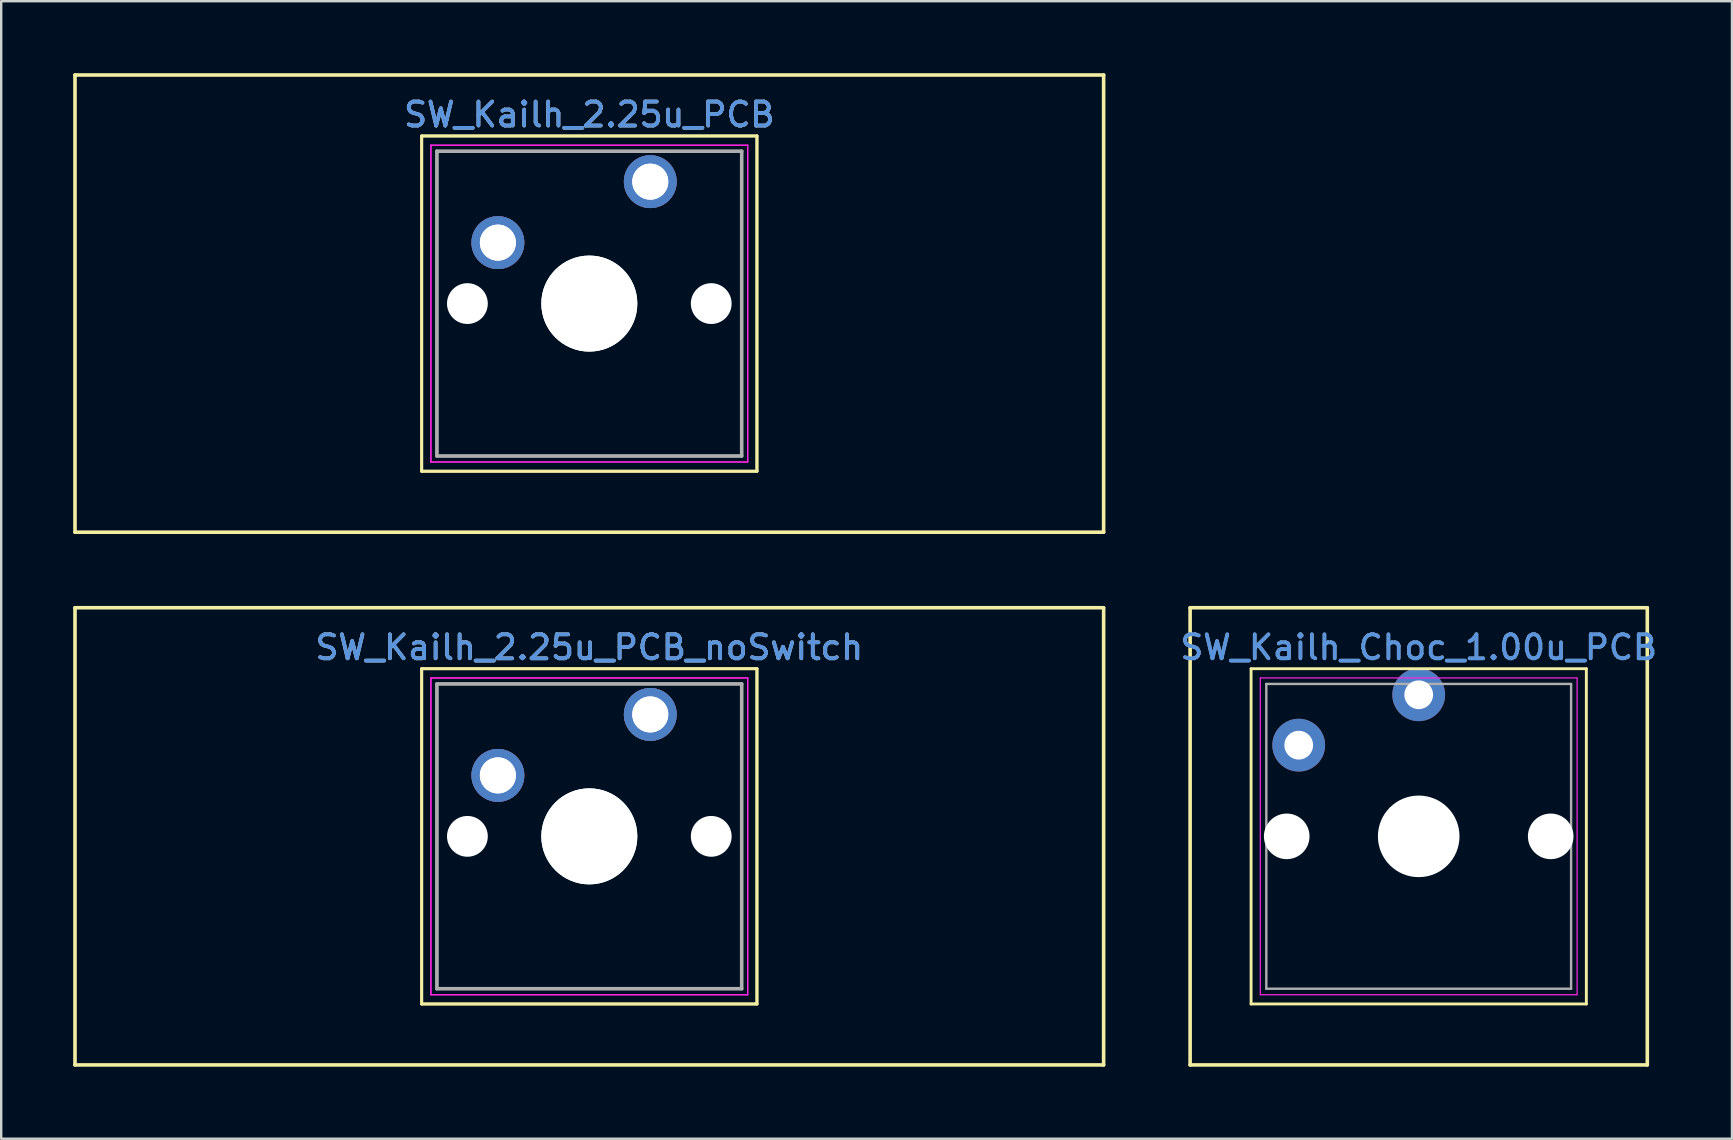
<source format=kicad_pcb>
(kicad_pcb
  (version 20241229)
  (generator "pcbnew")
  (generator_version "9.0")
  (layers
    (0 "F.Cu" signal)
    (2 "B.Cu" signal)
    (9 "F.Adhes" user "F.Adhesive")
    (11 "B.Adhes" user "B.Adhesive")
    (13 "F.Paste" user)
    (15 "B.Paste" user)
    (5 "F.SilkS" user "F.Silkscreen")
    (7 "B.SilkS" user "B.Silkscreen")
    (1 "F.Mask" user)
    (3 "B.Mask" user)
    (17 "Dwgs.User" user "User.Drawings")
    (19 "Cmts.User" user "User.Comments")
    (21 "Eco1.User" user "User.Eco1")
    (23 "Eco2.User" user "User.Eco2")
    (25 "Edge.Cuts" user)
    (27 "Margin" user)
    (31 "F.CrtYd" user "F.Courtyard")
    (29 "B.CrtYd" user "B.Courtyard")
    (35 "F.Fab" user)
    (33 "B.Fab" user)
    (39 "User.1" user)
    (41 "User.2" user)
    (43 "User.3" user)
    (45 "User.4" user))
  (footprint "SW_Kailh_2.25u_PCB_noSwitch"
    (layer "F.Cu")
    (at 21.506 31.8)
    (property "Reference" "SW_Kailh_2.25u_PCB_noSwitch" (at 0 -7.874 0) (layer "Cmts.User") (effects (font (size 1 1) (thickness 0.15))))
    (attr through_hole)
    (fp_line (start -21.431 -9.525) (end 21.431 -9.525) (stroke (width 0.15) (type solid)) (layer "F.SilkS"))
    (fp_line (start -21.431 9.525) (end -21.431 -9.525) (stroke (width 0.15) (type solid)) (layer "F.SilkS"))
    (fp_line (start -6.985 -6.985) (end 6.985 -6.985) (stroke (width 0.12) (type solid)) (layer "F.SilkS"))
    (fp_line (start -6.985 -6.985) (end 6.985 -6.985) (stroke (width 0.12) (type solid)) (layer "F.SilkS"))
    (fp_line (start -6.985 6.985) (end -6.985 -6.985) (stroke (width 0.12) (type solid)) (layer "F.SilkS"))
    (fp_line (start -6.985 6.985) (end -6.985 -6.985) (stroke (width 0.12) (type solid)) (layer "F.SilkS"))
    (fp_line (start 6.985 -6.985) (end 6.985 6.985) (stroke (width 0.12) (type solid)) (layer "F.SilkS"))
    (fp_line (start 6.985 -6.985) (end 6.985 6.985) (stroke (width 0.12) (type solid)) (layer "F.SilkS"))
    (fp_line (start 6.985 6.985) (end -6.985 6.985) (stroke (width 0.12) (type solid)) (layer "F.SilkS"))
    (fp_line (start 6.985 6.985) (end -6.985 6.985) (stroke (width 0.12) (type solid)) (layer "F.SilkS"))
    (fp_line (start 21.431 -9.525) (end 21.431 9.525) (stroke (width 0.15) (type solid)) (layer "F.SilkS"))
    (fp_line (start 21.431 9.525) (end -21.431 9.525) (stroke (width 0.15) (type solid)) (layer "F.SilkS"))
    (fp_line (start -6.6 -6.6) (end 6.6 -6.6) (stroke (width 0.05) (type solid)) (layer "F.CrtYd"))
    (fp_line (start -6.6 -6.6) (end 6.6 -6.6) (stroke (width 0.05) (type solid)) (layer "F.CrtYd"))
    (fp_line (start -6.6 6.6) (end -6.6 -6.6) (stroke (width 0.05) (type solid)) (layer "F.CrtYd"))
    (fp_line (start -6.6 6.6) (end -6.6 -6.6) (stroke (width 0.05) (type solid)) (layer "F.CrtYd"))
    (fp_line (start 6.6 -6.6) (end 6.6 6.6) (stroke (width 0.05) (type solid)) (layer "F.CrtYd"))
    (fp_line (start 6.6 -6.6) (end 6.6 6.6) (stroke (width 0.05) (type solid)) (layer "F.CrtYd"))
    (fp_line (start 6.6 6.6) (end -6.6 6.6) (stroke (width 0.05) (type solid)) (layer "F.CrtYd"))
    (fp_line (start 6.6 6.6) (end -6.6 6.6) (stroke (width 0.05) (type solid)) (layer "F.CrtYd"))
    (fp_line (start -6.35 -6.35) (end 6.35 -6.35) (stroke (width 0.1) (type solid)) (layer "F.Fab"))
    (fp_line (start -6.35 -6.35) (end 6.35 -6.35) (stroke (width 0.15) (type solid)) (layer "F.Fab"))
    (fp_line (start -6.35 6.35) (end -6.35 -6.35) (stroke (width 0.1) (type solid)) (layer "F.Fab"))
    (fp_line (start -6.35 6.35) (end -6.35 -6.35) (stroke (width 0.15) (type solid)) (layer "F.Fab"))
    (fp_line (start 6.35 -6.35) (end 6.35 6.35) (stroke (width 0.1) (type solid)) (layer "F.Fab"))
    (fp_line (start 6.35 -6.35) (end 6.35 6.35) (stroke (width 0.15) (type solid)) (layer "F.Fab"))
    (fp_line (start 6.35 6.35) (end -6.35 6.35) (stroke (width 0.1) (type solid)) (layer "F.Fab"))
    (fp_line (start 6.35 6.35) (end -6.35 6.35) (stroke (width 0.15) (type solid)) (layer "F.Fab"))
    (fp_text user "${REFERENCE}" (at 0 -7.874 0) (layer "F.Fab") (effects (font (size 1 1) (thickness 0.15))))
    (fp_text user "${REFERENCE}" (at 0 -7.874 0) (layer "F.Fab") (effects (font (size 1 1) (thickness 0.15))))
    (pad "" np_thru_hole circle (at -5.08 0) (size 1.7 1.7) (drill 1.7) (layers "*.Cu" "*.Mask"))
    (pad "" np_thru_hole circle (at 0 0) (size 4 4) (drill 4) (layers "*.Cu" "*.Mask"))
    (pad "" np_thru_hole circle (at 0 0) (size 4 4) (drill 4) (layers "*.Cu" "*.Mask"))
    (pad "" np_thru_hole circle (at 5.08 0) (size 1.7 1.7) (drill 1.7) (layers "*.Cu" "*.Mask"))
    (pad "1" thru_hole circle (at 2.54 -5.08) (size 2.2 2.2) (drill 1.5) (layers "*.Cu" "*.Mask"))
    (pad "1" thru_hole circle (at 2.54 -5.08) (size 2.2 2.2) (drill 1.5) (layers "*.Cu" "*.Mask"))
    (pad "2" thru_hole circle (at -3.81 -2.54) (size 2.2 2.2) (drill 1.5) (layers "*.Cu" "*.Mask"))
    (pad "2" thru_hole circle (at -3.81 -2.54) (size 2.2 2.2) (drill 1.5) (layers "*.Cu" "*.Mask")))
  (footprint "SW_Kailh_Choc_1.00u_PCB"
    (layer "F.Cu")
    (at 56.066 31.8)
    (property "Reference" "SW_Kailh_Choc_1.00u_PCB" (at 0 -7.874 0) (layer "Cmts.User") (effects (font (size 1 1) (thickness 0.15))))
    (attr through_hole)
    (fp_line (start -9.525 -9.525) (end 9.525 -9.525) (stroke (width 0.15) (type solid)) (layer "F.SilkS"))
    (fp_line (start -9.525 9.525) (end -9.525 -9.525) (stroke (width 0.15) (type solid)) (layer "F.SilkS"))
    (fp_line (start -6.985 -6.985) (end 6.985 -6.985) (stroke (width 0.12) (type solid)) (layer "F.SilkS"))
    (fp_line (start -6.985 6.985) (end -6.985 -6.985) (stroke (width 0.12) (type solid)) (layer "F.SilkS"))
    (fp_line (start 6.985 -6.985) (end 6.985 6.985) (stroke (width 0.12) (type solid)) (layer "F.SilkS"))
    (fp_line (start 6.985 6.985) (end -6.985 6.985) (stroke (width 0.12) (type solid)) (layer "F.SilkS"))
    (fp_line (start 9.525 -9.525) (end 9.525 9.525) (stroke (width 0.15) (type solid)) (layer "F.SilkS"))
    (fp_line (start 9.525 9.525) (end -9.525 9.525) (stroke (width 0.15) (type solid)) (layer "F.SilkS"))
    (fp_line (start -6.6 -6.6) (end 6.6 -6.6) (stroke (width 0.05) (type solid)) (layer "F.CrtYd"))
    (fp_line (start -6.6 6.6) (end -6.6 -6.6) (stroke (width 0.05) (type solid)) (layer "F.CrtYd"))
    (fp_line (start 6.6 -6.6) (end 6.6 6.6) (stroke (width 0.05) (type solid)) (layer "F.CrtYd"))
    (fp_line (start 6.6 6.6) (end -6.6 6.6) (stroke (width 0.05) (type solid)) (layer "F.CrtYd"))
    (fp_line (start -6.35 -6.35) (end 6.35 -6.35) (stroke (width 0.1) (type solid)) (layer "F.Fab"))
    (fp_line (start -6.35 6.35) (end -6.35 -6.35) (stroke (width 0.1) (type solid)) (layer "F.Fab"))
    (fp_line (start 6.35 -6.35) (end 6.35 6.35) (stroke (width 0.1) (type solid)) (layer "F.Fab"))
    (fp_line (start 6.35 6.35) (end -6.35 6.35) (stroke (width 0.1) (type solid)) (layer "F.Fab"))
    (fp_text user "${REFERENCE}" (at 0 -7.874 0) (layer "F.Fab") (effects (font (size 1 1) (thickness 0.15))))
    (pad "" np_thru_hole circle (at -5.5 0) (size 1.9 1.9) (drill 1.9) (layers "*.Cu" "*.Mask"))
    (pad "" np_thru_hole circle (at 0 0) (size 3.4 3.4) (drill 3.4) (layers "*.Cu" "*.Mask"))
    (pad "" np_thru_hole circle (at 5.5 0) (size 1.9 1.9) (drill 1.9) (layers "*.Cu" "*.Mask"))
    (pad "1" thru_hole circle (at 0 -5.9) (size 2.2 2.2) (drill 1.2) (layers "*.Cu" "*.Mask"))
    (pad "2" thru_hole circle (at -5 -3.8) (size 2.2 2.2) (drill 1.2) (layers "*.Cu" "*.Mask")))
  (footprint "SW_Kailh_2.25u_PCB"
    (layer "F.Cu")
    (at 21.506 9.6)
    (property "Reference" "SW_Kailh_2.25u_PCB" (at 0 -7.874 0) (layer "Cmts.User") (effects (font (size 1 1) (thickness 0.15))))
    (attr through_hole)
    (fp_line (start -21.431 -9.525) (end 21.431 -9.525) (stroke (width 0.15) (type solid)) (layer "F.SilkS"))
    (fp_line (start -21.431 9.525) (end -21.431 -9.525) (stroke (width 0.15) (type solid)) (layer "F.SilkS"))
    (fp_line (start -6.985 -6.985) (end 6.985 -6.985) (stroke (width 0.12) (type solid)) (layer "F.SilkS"))
    (fp_line (start -6.985 -6.985) (end 6.985 -6.985) (stroke (width 0.12) (type solid)) (layer "F.SilkS"))
    (fp_line (start -6.985 6.985) (end -6.985 -6.985) (stroke (width 0.12) (type solid)) (layer "F.SilkS"))
    (fp_line (start -6.985 6.985) (end -6.985 -6.985) (stroke (width 0.12) (type solid)) (layer "F.SilkS"))
    (fp_line (start 6.985 -6.985) (end 6.985 6.985) (stroke (width 0.12) (type solid)) (layer "F.SilkS"))
    (fp_line (start 6.985 -6.985) (end 6.985 6.985) (stroke (width 0.12) (type solid)) (layer "F.SilkS"))
    (fp_line (start 6.985 6.985) (end -6.985 6.985) (stroke (width 0.12) (type solid)) (layer "F.SilkS"))
    (fp_line (start 6.985 6.985) (end -6.985 6.985) (stroke (width 0.12) (type solid)) (layer "F.SilkS"))
    (fp_line (start 21.431 -9.525) (end 21.431 9.525) (stroke (width 0.15) (type solid)) (layer "F.SilkS"))
    (fp_line (start 21.431 9.525) (end -21.431 9.525) (stroke (width 0.15) (type solid)) (layer "F.SilkS"))
    (fp_line (start -6.6 -6.6) (end 6.6 -6.6) (stroke (width 0.05) (type solid)) (layer "F.CrtYd"))
    (fp_line (start -6.6 -6.6) (end 6.6 -6.6) (stroke (width 0.05) (type solid)) (layer "F.CrtYd"))
    (fp_line (start -6.6 6.6) (end -6.6 -6.6) (stroke (width 0.05) (type solid)) (layer "F.CrtYd"))
    (fp_line (start -6.6 6.6) (end -6.6 -6.6) (stroke (width 0.05) (type solid)) (layer "F.CrtYd"))
    (fp_line (start 6.6 -6.6) (end 6.6 6.6) (stroke (width 0.05) (type solid)) (layer "F.CrtYd"))
    (fp_line (start 6.6 -6.6) (end 6.6 6.6) (stroke (width 0.05) (type solid)) (layer "F.CrtYd"))
    (fp_line (start 6.6 6.6) (end -6.6 6.6) (stroke (width 0.05) (type solid)) (layer "F.CrtYd"))
    (fp_line (start 6.6 6.6) (end -6.6 6.6) (stroke (width 0.05) (type solid)) (layer "F.CrtYd"))
    (fp_line (start -6.35 -6.35) (end 6.35 -6.35) (stroke (width 0.1) (type solid)) (layer "F.Fab"))
    (fp_line (start -6.35 -6.35) (end 6.35 -6.35) (stroke (width 0.15) (type solid)) (layer "F.Fab"))
    (fp_line (start -6.35 6.35) (end -6.35 -6.35) (stroke (width 0.1) (type solid)) (layer "F.Fab"))
    (fp_line (start -6.35 6.35) (end -6.35 -6.35) (stroke (width 0.15) (type solid)) (layer "F.Fab"))
    (fp_line (start 6.35 -6.35) (end 6.35 6.35) (stroke (width 0.1) (type solid)) (layer "F.Fab"))
    (fp_line (start 6.35 -6.35) (end 6.35 6.35) (stroke (width 0.15) (type solid)) (layer "F.Fab"))
    (fp_line (start 6.35 6.35) (end -6.35 6.35) (stroke (width 0.1) (type solid)) (layer "F.Fab"))
    (fp_line (start 6.35 6.35) (end -6.35 6.35) (stroke (width 0.15) (type solid)) (layer "F.Fab"))
    (fp_text user "${REFERENCE}" (at 0 -7.874 0) (layer "F.Fab") (effects (font (size 1 1) (thickness 0.15))))
    (fp_text user "${REFERENCE}" (at 0 -7.874 0) (layer "F.Fab") (effects (font (size 1 1) (thickness 0.15))))
    (pad "" np_thru_hole circle (at -5.08 0) (size 1.7 1.7) (drill 1.7) (layers "*.Cu" "*.Mask"))
    (pad "" np_thru_hole circle (at 0 0) (size 4 4) (drill 4) (layers "*.Cu" "*.Mask"))
    (pad "" np_thru_hole circle (at 0 0) (size 4 4) (drill 4) (layers "*.Cu" "*.Mask"))
    (pad "" np_thru_hole circle (at 5.08 0) (size 1.7 1.7) (drill 1.7) (layers "*.Cu" "*.Mask"))
    (pad "1" thru_hole circle (at 2.54 -5.08) (size 2.2 2.2) (drill 1.5) (layers "*.Cu" "*.Mask"))
    (pad "1" thru_hole circle (at 2.54 -5.08) (size 2.2 2.2) (drill 1.5) (layers "*.Cu" "*.Mask"))
    (pad "2" thru_hole circle (at -3.81 -2.54) (size 2.2 2.2) (drill 1.5) (layers "*.Cu" "*.Mask"))
    (pad "2" thru_hole circle (at -3.81 -2.54) (size 2.2 2.2) (drill 1.5) (layers "*.Cu" "*.Mask")))
  (gr_rect
    (start -3 -3)
    (end 69.12 44.4)
    (stroke (width 0.1) (type default))
    (fill no)
    (layer "Edge.Cuts")))
</source>
